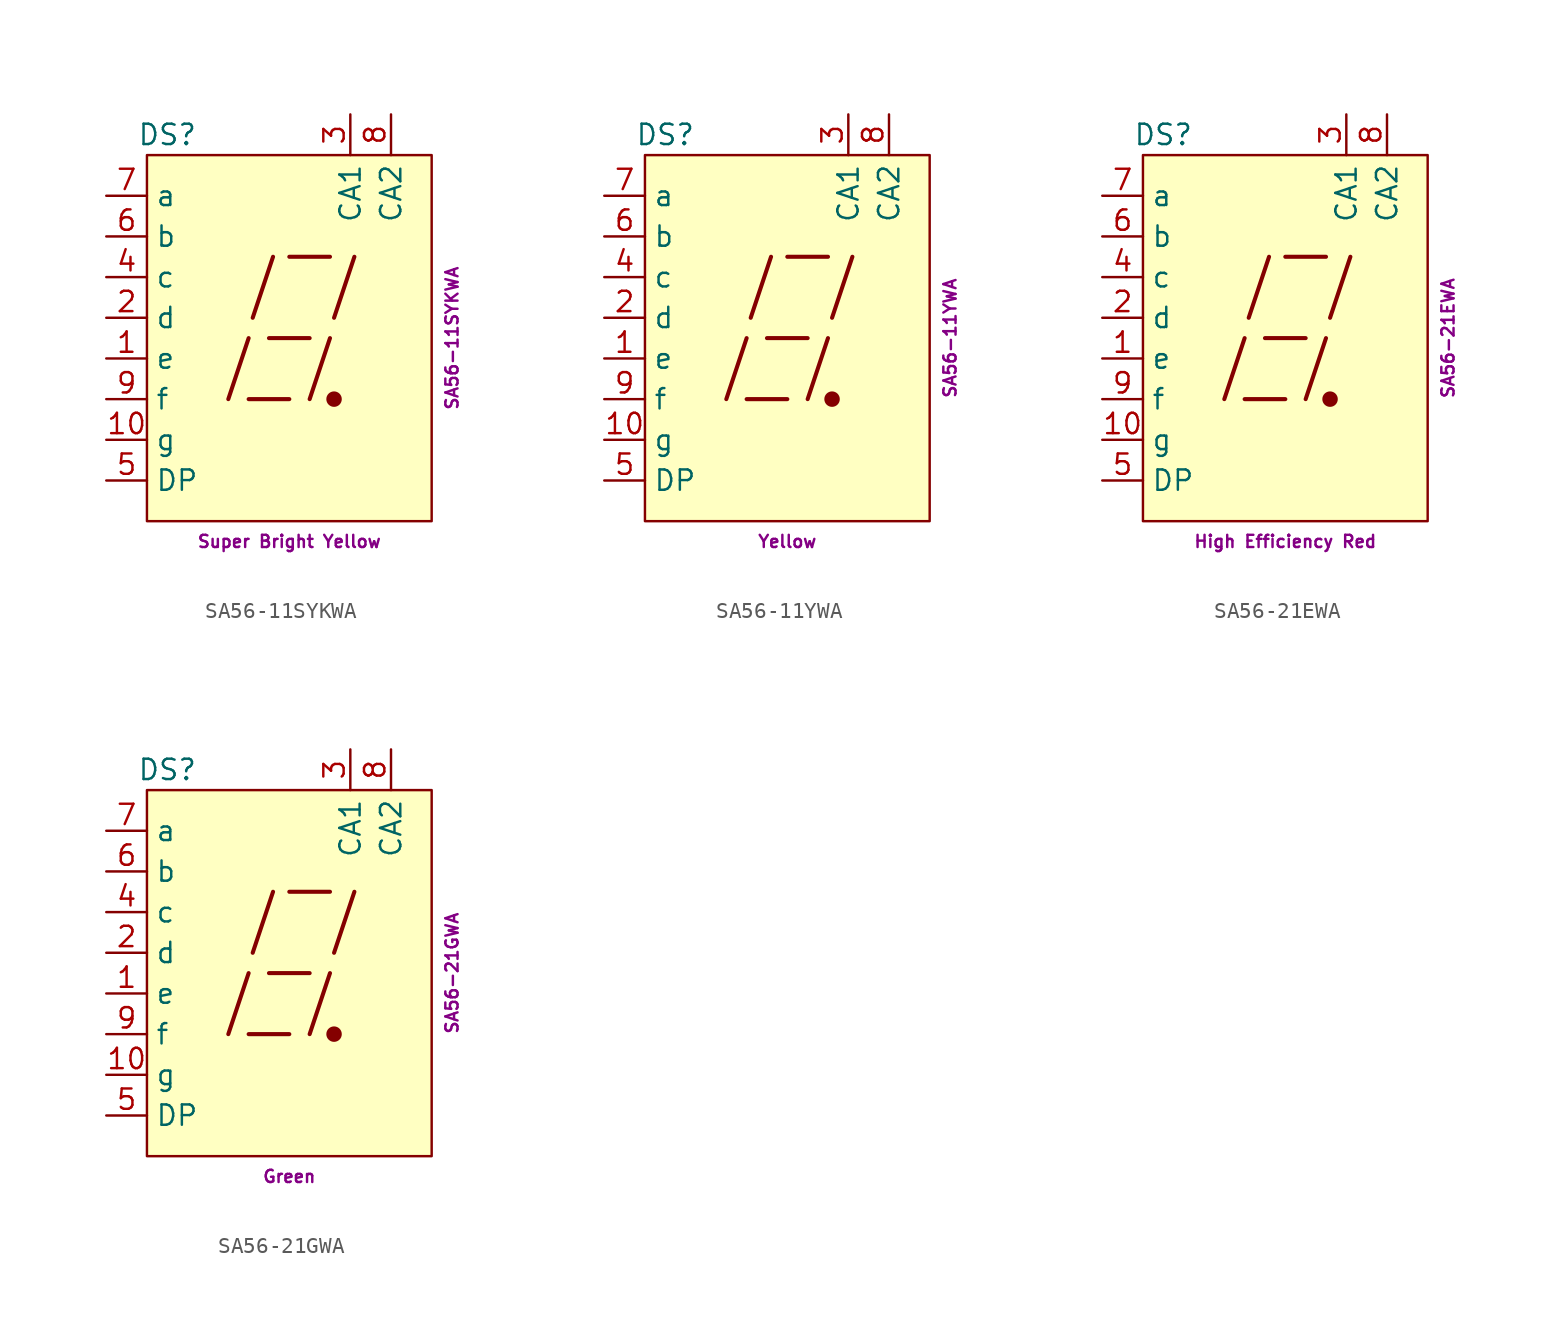
<source format=kicad_sym>
(kicad_symbol_lib
  (version 20211014)
  (generator kicad_symbol_editor)
  (symbol "SA56-11SYKWA"
    (property "Reference" "DS"
      (at -7.62 12.7 0)
      (effects (font (size 1.27 1.27))))
    (property "Color" "Super Bright Yellow"
      (at 0 -12.7 0)
      (effects (font (size 0.762 0.762))))
    (property "Name" "SA56-11SYKWA"
      (at 10.16 0 90)
      (effects (font (size 0.762 0.762))))
    (symbol "SA56-11SYKWA_0_0"
      (rectangle (start -8.89 11.43) (end 8.89 -11.43) (stroke (width 0) (type default) (color 0 0 0 0)) (fill (type background)))
      (polyline (pts (xy -3.81 -3.81) (xy -2.54 0)) (stroke (width 0.254) (type default) (color 0 0 0 0)) (fill (type none)))
      (polyline (pts (xy -2.54 -3.81) (xy 0 -3.81)) (stroke (width 0.254) (type default) (color 0 0 0 0)) (fill (type none)))
      (polyline (pts (xy -2.286 1.27) (xy -1.016 5.08)) (stroke (width 0.254) (type default) (color 0 0 0 0)) (fill (type none)))
      (polyline (pts (xy -1.27 0) (xy 1.27 0)) (stroke (width 0.254) (type default) (color 0 0 0 0)) (fill (type none)))
      (polyline (pts (xy 0 5.08) (xy 2.54 5.08)) (stroke (width 0.254) (type default) (color 0 0 0 0)) (fill (type none)))
      (polyline (pts (xy 1.27 -3.81) (xy 2.54 0)) (stroke (width 0.254) (type default) (color 0 0 0 0)) (fill (type none)))
      (polyline (pts (xy 2.794 1.27) (xy 4.064 5.08)) (stroke (width 0.254) (type default) (color 0 0 0 0)) (fill (type none))))
    (symbol "SA56-11SYKWA_0_1"
      (circle (center 2.794 -3.81) (radius 0.356) (stroke (width 0.254) (type default) (color 0 0 0 0)) (fill (type outline))))
    (symbol "SA56-11SYKWA_1_1"
      (pin passive line (at -11.43 -1.27 0) (length 2.54) (name "e" (effects (font (size 1.27 1.27)))) (number "1" (effects (font (size 1.27 1.27)))))
      (pin passive line (at -11.43 -6.35 0) (length 2.54) (name "g" (effects (font (size 1.27 1.27)))) (number "10" (effects (font (size 1.27 1.27)))))
      (pin passive line (at -11.43 1.27 0) (length 2.54) (name "d" (effects (font (size 1.27 1.27)))) (number "2" (effects (font (size 1.27 1.27)))))
      (pin passive line (at 3.81 13.97 270) (length 2.54) (name "CA1" (effects (font (size 1.27 1.27)))) (number "3" (effects (font (size 1.27 1.27)))))
      (pin passive line (at -11.43 3.81 0) (length 2.54) (name "c" (effects (font (size 1.27 1.27)))) (number "4" (effects (font (size 1.27 1.27)))))
      (pin passive line (at -11.43 -8.89 0) (length 2.54) (name "DP" (effects (font (size 1.27 1.27)))) (number "5" (effects (font (size 1.27 1.27)))))
      (pin passive line (at -11.43 6.35 0) (length 2.54) (name "b" (effects (font (size 1.27 1.27)))) (number "6" (effects (font (size 1.27 1.27)))))
      (pin passive line (at -11.43 8.89 0) (length 2.54) (name "a" (effects (font (size 1.27 1.27)))) (number "7" (effects (font (size 1.27 1.27)))))
      (pin passive line (at 6.35 13.97 270) (length 2.54) (name "CA2" (effects (font (size 1.27 1.27)))) (number "8" (effects (font (size 1.27 1.27)))))
      (pin passive line (at -11.43 -3.81 0) (length 2.54) (name "f" (effects (font (size 1.27 1.27)))) (number "9" (effects (font (size 1.27 1.27)))))))
  (symbol "SA56-11YWA"
    (property "Reference" "DS"
      (at -7.62 12.7 0)
      (effects (font (size 1.27 1.27))))
    (property "Color" "Yellow"
      (at 0 -12.7 0)
      (effects (font (size 0.762 0.762))))
    (property "Name" "SA56-11YWA"
      (at 10.16 0 90)
      (effects (font (size 0.762 0.762))))
    (symbol "SA56-11YWA_0_0"
      (rectangle (start -8.89 11.43) (end 8.89 -11.43) (stroke (width 0) (type default) (color 0 0 0 0)) (fill (type background)))
      (polyline (pts (xy -3.81 -3.81) (xy -2.54 0)) (stroke (width 0.254) (type default) (color 0 0 0 0)) (fill (type none)))
      (polyline (pts (xy -2.54 -3.81) (xy 0 -3.81)) (stroke (width 0.254) (type default) (color 0 0 0 0)) (fill (type none)))
      (polyline (pts (xy -2.286 1.27) (xy -1.016 5.08)) (stroke (width 0.254) (type default) (color 0 0 0 0)) (fill (type none)))
      (polyline (pts (xy -1.27 0) (xy 1.27 0)) (stroke (width 0.254) (type default) (color 0 0 0 0)) (fill (type none)))
      (polyline (pts (xy 0 5.08) (xy 2.54 5.08)) (stroke (width 0.254) (type default) (color 0 0 0 0)) (fill (type none)))
      (polyline (pts (xy 1.27 -3.81) (xy 2.54 0)) (stroke (width 0.254) (type default) (color 0 0 0 0)) (fill (type none)))
      (polyline (pts (xy 2.794 1.27) (xy 4.064 5.08)) (stroke (width 0.254) (type default) (color 0 0 0 0)) (fill (type none))))
    (symbol "SA56-11YWA_0_1"
      (circle (center 2.794 -3.81) (radius 0.356) (stroke (width 0.254) (type default) (color 0 0 0 0)) (fill (type outline))))
    (symbol "SA56-11YWA_1_1"
      (pin passive line (at -11.43 -1.27 0) (length 2.54) (name "e" (effects (font (size 1.27 1.27)))) (number "1" (effects (font (size 1.27 1.27)))))
      (pin passive line (at -11.43 -6.35 0) (length 2.54) (name "g" (effects (font (size 1.27 1.27)))) (number "10" (effects (font (size 1.27 1.27)))))
      (pin passive line (at -11.43 1.27 0) (length 2.54) (name "d" (effects (font (size 1.27 1.27)))) (number "2" (effects (font (size 1.27 1.27)))))
      (pin passive line (at 3.81 13.97 270) (length 2.54) (name "CA1" (effects (font (size 1.27 1.27)))) (number "3" (effects (font (size 1.27 1.27)))))
      (pin passive line (at -11.43 3.81 0) (length 2.54) (name "c" (effects (font (size 1.27 1.27)))) (number "4" (effects (font (size 1.27 1.27)))))
      (pin passive line (at -11.43 -8.89 0) (length 2.54) (name "DP" (effects (font (size 1.27 1.27)))) (number "5" (effects (font (size 1.27 1.27)))))
      (pin passive line (at -11.43 6.35 0) (length 2.54) (name "b" (effects (font (size 1.27 1.27)))) (number "6" (effects (font (size 1.27 1.27)))))
      (pin passive line (at -11.43 8.89 0) (length 2.54) (name "a" (effects (font (size 1.27 1.27)))) (number "7" (effects (font (size 1.27 1.27)))))
      (pin passive line (at 6.35 13.97 270) (length 2.54) (name "CA2" (effects (font (size 1.27 1.27)))) (number "8" (effects (font (size 1.27 1.27)))))
      (pin passive line (at -11.43 -3.81 0) (length 2.54) (name "f" (effects (font (size 1.27 1.27)))) (number "9" (effects (font (size 1.27 1.27)))))))
  (symbol "SA56-21EWA"
    (property "Reference" "DS"
      (at -7.62 12.7 0)
      (effects (font (size 1.27 1.27))))
    (property "Color" "High Efficiency Red"
      (at 0 -12.7 0)
      (effects (font (size 0.762 0.762))))
    (property "Name" "SA56-21EWA"
      (at 10.16 0 90)
      (effects (font (size 0.762 0.762))))
    (symbol "SA56-21EWA_0_0"
      (rectangle (start -8.89 11.43) (end 8.89 -11.43) (stroke (width 0) (type default) (color 0 0 0 0)) (fill (type background)))
      (polyline (pts (xy -3.81 -3.81) (xy -2.54 0)) (stroke (width 0.254) (type default) (color 0 0 0 0)) (fill (type none)))
      (polyline (pts (xy -2.54 -3.81) (xy 0 -3.81)) (stroke (width 0.254) (type default) (color 0 0 0 0)) (fill (type none)))
      (polyline (pts (xy -2.286 1.27) (xy -1.016 5.08)) (stroke (width 0.254) (type default) (color 0 0 0 0)) (fill (type none)))
      (polyline (pts (xy -1.27 0) (xy 1.27 0)) (stroke (width 0.254) (type default) (color 0 0 0 0)) (fill (type none)))
      (polyline (pts (xy 0 5.08) (xy 2.54 5.08)) (stroke (width 0.254) (type default) (color 0 0 0 0)) (fill (type none)))
      (polyline (pts (xy 1.27 -3.81) (xy 2.54 0)) (stroke (width 0.254) (type default) (color 0 0 0 0)) (fill (type none)))
      (polyline (pts (xy 2.794 1.27) (xy 4.064 5.08)) (stroke (width 0.254) (type default) (color 0 0 0 0)) (fill (type none))))
    (symbol "SA56-21EWA_0_1"
      (circle (center 2.794 -3.81) (radius 0.356) (stroke (width 0.254) (type default) (color 0 0 0 0)) (fill (type outline))))
    (symbol "SA56-21EWA_1_1"
      (pin passive line (at -11.43 -1.27 0) (length 2.54) (name "e" (effects (font (size 1.27 1.27)))) (number "1" (effects (font (size 1.27 1.27)))))
      (pin passive line (at -11.43 -6.35 0) (length 2.54) (name "g" (effects (font (size 1.27 1.27)))) (number "10" (effects (font (size 1.27 1.27)))))
      (pin passive line (at -11.43 1.27 0) (length 2.54) (name "d" (effects (font (size 1.27 1.27)))) (number "2" (effects (font (size 1.27 1.27)))))
      (pin passive line (at 3.81 13.97 270) (length 2.54) (name "CA1" (effects (font (size 1.27 1.27)))) (number "3" (effects (font (size 1.27 1.27)))))
      (pin passive line (at -11.43 3.81 0) (length 2.54) (name "c" (effects (font (size 1.27 1.27)))) (number "4" (effects (font (size 1.27 1.27)))))
      (pin passive line (at -11.43 -8.89 0) (length 2.54) (name "DP" (effects (font (size 1.27 1.27)))) (number "5" (effects (font (size 1.27 1.27)))))
      (pin passive line (at -11.43 6.35 0) (length 2.54) (name "b" (effects (font (size 1.27 1.27)))) (number "6" (effects (font (size 1.27 1.27)))))
      (pin passive line (at -11.43 8.89 0) (length 2.54) (name "a" (effects (font (size 1.27 1.27)))) (number "7" (effects (font (size 1.27 1.27)))))
      (pin passive line (at 6.35 13.97 270) (length 2.54) (name "CA2" (effects (font (size 1.27 1.27)))) (number "8" (effects (font (size 1.27 1.27)))))
      (pin passive line (at -11.43 -3.81 0) (length 2.54) (name "f" (effects (font (size 1.27 1.27)))) (number "9" (effects (font (size 1.27 1.27)))))))
  (symbol "SA56-21GWA"
    (property "Reference" "DS"
      (at -7.62 12.7 0)
      (effects (font (size 1.27 1.27))))
    (property "Color" "Green"
      (at 0 -12.7 0)
      (effects (font (size 0.762 0.762))))
    (property "Name" "SA56-21GWA"
      (at 10.16 0 90)
      (effects (font (size 0.762 0.762))))
    (symbol "SA56-21GWA_0_0"
      (rectangle (start -8.89 11.43) (end 8.89 -11.43) (stroke (width 0) (type default) (color 0 0 0 0)) (fill (type background)))
      (polyline (pts (xy -3.81 -3.81) (xy -2.54 0)) (stroke (width 0.254) (type default) (color 0 0 0 0)) (fill (type none)))
      (polyline (pts (xy -2.54 -3.81) (xy 0 -3.81)) (stroke (width 0.254) (type default) (color 0 0 0 0)) (fill (type none)))
      (polyline (pts (xy -2.286 1.27) (xy -1.016 5.08)) (stroke (width 0.254) (type default) (color 0 0 0 0)) (fill (type none)))
      (polyline (pts (xy -1.27 0) (xy 1.27 0)) (stroke (width 0.254) (type default) (color 0 0 0 0)) (fill (type none)))
      (polyline (pts (xy 0 5.08) (xy 2.54 5.08)) (stroke (width 0.254) (type default) (color 0 0 0 0)) (fill (type none)))
      (polyline (pts (xy 1.27 -3.81) (xy 2.54 0)) (stroke (width 0.254) (type default) (color 0 0 0 0)) (fill (type none)))
      (polyline (pts (xy 2.794 1.27) (xy 4.064 5.08)) (stroke (width 0.254) (type default) (color 0 0 0 0)) (fill (type none))))
    (symbol "SA56-21GWA_0_1"
      (circle (center 2.794 -3.81) (radius 0.356) (stroke (width 0.254) (type default) (color 0 0 0 0)) (fill (type outline))))
    (symbol "SA56-21GWA_1_1"
      (pin passive line (at -11.43 -1.27 0) (length 2.54) (name "e" (effects (font (size 1.27 1.27)))) (number "1" (effects (font (size 1.27 1.27)))))
      (pin passive line (at -11.43 -6.35 0) (length 2.54) (name "g" (effects (font (size 1.27 1.27)))) (number "10" (effects (font (size 1.27 1.27)))))
      (pin passive line (at -11.43 1.27 0) (length 2.54) (name "d" (effects (font (size 1.27 1.27)))) (number "2" (effects (font (size 1.27 1.27)))))
      (pin passive line (at 3.81 13.97 270) (length 2.54) (name "CA1" (effects (font (size 1.27 1.27)))) (number "3" (effects (font (size 1.27 1.27)))))
      (pin passive line (at -11.43 3.81 0) (length 2.54) (name "c" (effects (font (size 1.27 1.27)))) (number "4" (effects (font (size 1.27 1.27)))))
      (pin passive line (at -11.43 -8.89 0) (length 2.54) (name "DP" (effects (font (size 1.27 1.27)))) (number "5" (effects (font (size 1.27 1.27)))))
      (pin passive line (at -11.43 6.35 0) (length 2.54) (name "b" (effects (font (size 1.27 1.27)))) (number "6" (effects (font (size 1.27 1.27)))))
      (pin passive line (at -11.43 8.89 0) (length 2.54) (name "a" (effects (font (size 1.27 1.27)))) (number "7" (effects (font (size 1.27 1.27)))))
      (pin passive line (at 6.35 13.97 270) (length 2.54) (name "CA2" (effects (font (size 1.27 1.27)))) (number "8" (effects (font (size 1.27 1.27)))))
      (pin passive line (at -11.43 -3.81 0) (length 2.54) (name "f" (effects (font (size 1.27 1.27)))) (number "9" (effects (font (size 1.27 1.27))))))))
</source>
